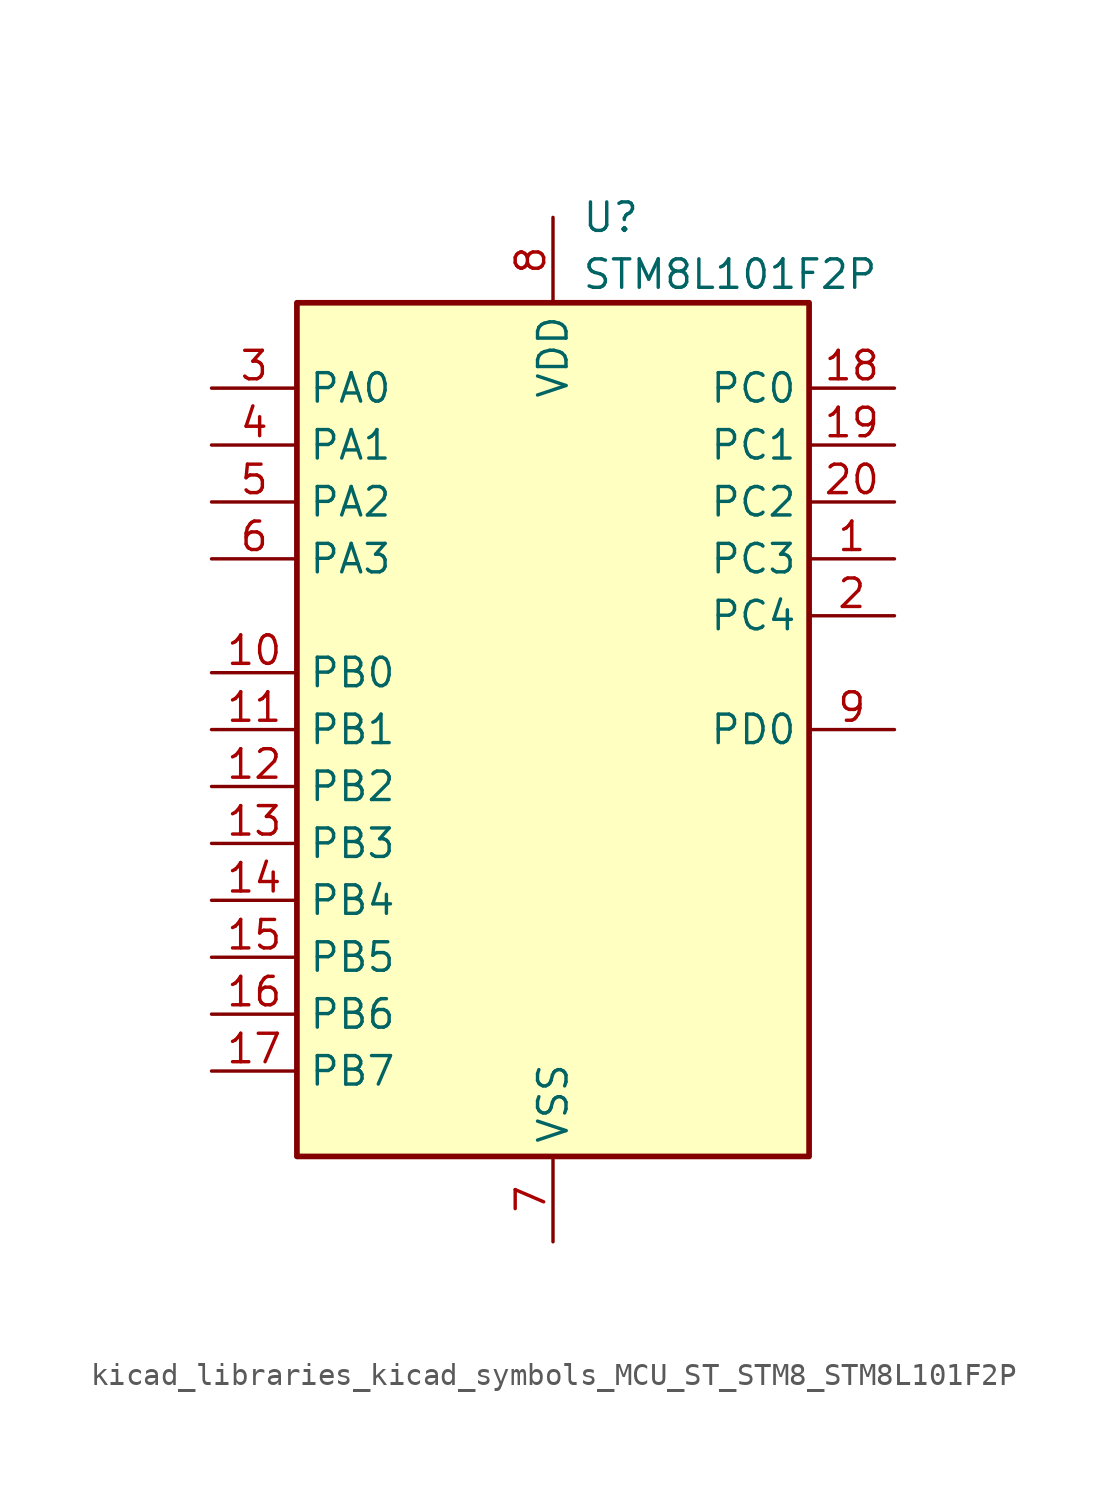
<source format=kicad_sym>
(kicad_symbol_lib
  (version 20220914)
  (generator kicad_symbol_editor)
  (symbol "kicad_libraries_kicad_symbols_MCU_ST_STM8_STM8L101F2P"
    (property "Reference" "U"
      (at 1.27 22.86 0)
      (effects (font (size 1.27 1.27)) (justify left)))
    (property "Value" "STM8L101F2P"
      (at 1.27 20.32 0)
      (effects (font (size 1.27 1.27)) (justify left)))
    (symbol "kicad_libraries_kicad_symbols_MCU_ST_STM8_STM8L101F2P_0_1"
      (rectangle (start -11.43 19.05) (end 11.43 -19.05) (stroke (width 0.254) (type default)) (fill (type background))))
    (symbol "kicad_libraries_kicad_symbols_MCU_ST_STM8_STM8L101F2P_1_1"
      (pin bidirectional line (at 15.24 7.62 180) (length 3.81) (name "PC3" (effects (font (size 1.27 1.27)))) (number "1" (effects (font (size 1.27 1.27)))))
      (pin bidirectional line (at -15.24 2.54 0) (length 3.81) (name "PB0" (effects (font (size 1.27 1.27)))) (number "10" (effects (font (size 1.27 1.27)))))
      (pin bidirectional line (at -15.24 0 0) (length 3.81) (name "PB1" (effects (font (size 1.27 1.27)))) (number "11" (effects (font (size 1.27 1.27)))))
      (pin bidirectional line (at -15.24 -2.54 0) (length 3.81) (name "PB2" (effects (font (size 1.27 1.27)))) (number "12" (effects (font (size 1.27 1.27)))))
      (pin bidirectional line (at -15.24 -5.08 0) (length 3.81) (name "PB3" (effects (font (size 1.27 1.27)))) (number "13" (effects (font (size 1.27 1.27)))))
      (pin bidirectional line (at -15.24 -7.62 0) (length 3.81) (name "PB4" (effects (font (size 1.27 1.27)))) (number "14" (effects (font (size 1.27 1.27)))))
      (pin bidirectional line (at -15.24 -10.16 0) (length 3.81) (name "PB5" (effects (font (size 1.27 1.27)))) (number "15" (effects (font (size 1.27 1.27)))))
      (pin bidirectional line (at -15.24 -12.7 0) (length 3.81) (name "PB6" (effects (font (size 1.27 1.27)))) (number "16" (effects (font (size 1.27 1.27)))))
      (pin bidirectional line (at -15.24 -15.24 0) (length 3.81) (name "PB7" (effects (font (size 1.27 1.27)))) (number "17" (effects (font (size 1.27 1.27)))))
      (pin bidirectional line (at 15.24 15.24 180) (length 3.81) (name "PC0" (effects (font (size 1.27 1.27)))) (number "18" (effects (font (size 1.27 1.27)))))
      (pin bidirectional line (at 15.24 12.7 180) (length 3.81) (name "PC1" (effects (font (size 1.27 1.27)))) (number "19" (effects (font (size 1.27 1.27)))))
      (pin bidirectional line (at 15.24 5.08 180) (length 3.81) (name "PC4" (effects (font (size 1.27 1.27)))) (number "2" (effects (font (size 1.27 1.27)))))
      (pin bidirectional line (at 15.24 10.16 180) (length 3.81) (name "PC2" (effects (font (size 1.27 1.27)))) (number "20" (effects (font (size 1.27 1.27)))))
      (pin power_in line (at -15.24 15.24 0) (length 3.81) (name "PA0" (effects (font (size 1.27 1.27)))) (number "3" (effects (font (size 1.27 1.27)))))
      (pin bidirectional line (at -15.24 12.7 0) (length 3.81) (name "PA1" (effects (font (size 1.27 1.27)))) (number "4" (effects (font (size 1.27 1.27)))))
      (pin bidirectional line (at -15.24 10.16 0) (length 3.81) (name "PA2" (effects (font (size 1.27 1.27)))) (number "5" (effects (font (size 1.27 1.27)))))
      (pin bidirectional line (at -15.24 7.62 0) (length 3.81) (name "PA3" (effects (font (size 1.27 1.27)))) (number "6" (effects (font (size 1.27 1.27)))))
      (pin power_in line (at 0 -22.86 90) (length 3.81) (name "VSS" (effects (font (size 1.27 1.27)))) (number "7" (effects (font (size 1.27 1.27)))))
      (pin power_in line (at 0 22.86 270) (length 3.81) (name "VDD" (effects (font (size 1.27 1.27)))) (number "8" (effects (font (size 1.27 1.27)))))
      (pin bidirectional line (at 15.24 0 180) (length 3.81) (name "PD0" (effects (font (size 1.27 1.27)))) (number "9" (effects (font (size 1.27 1.27))))))))
</source>
